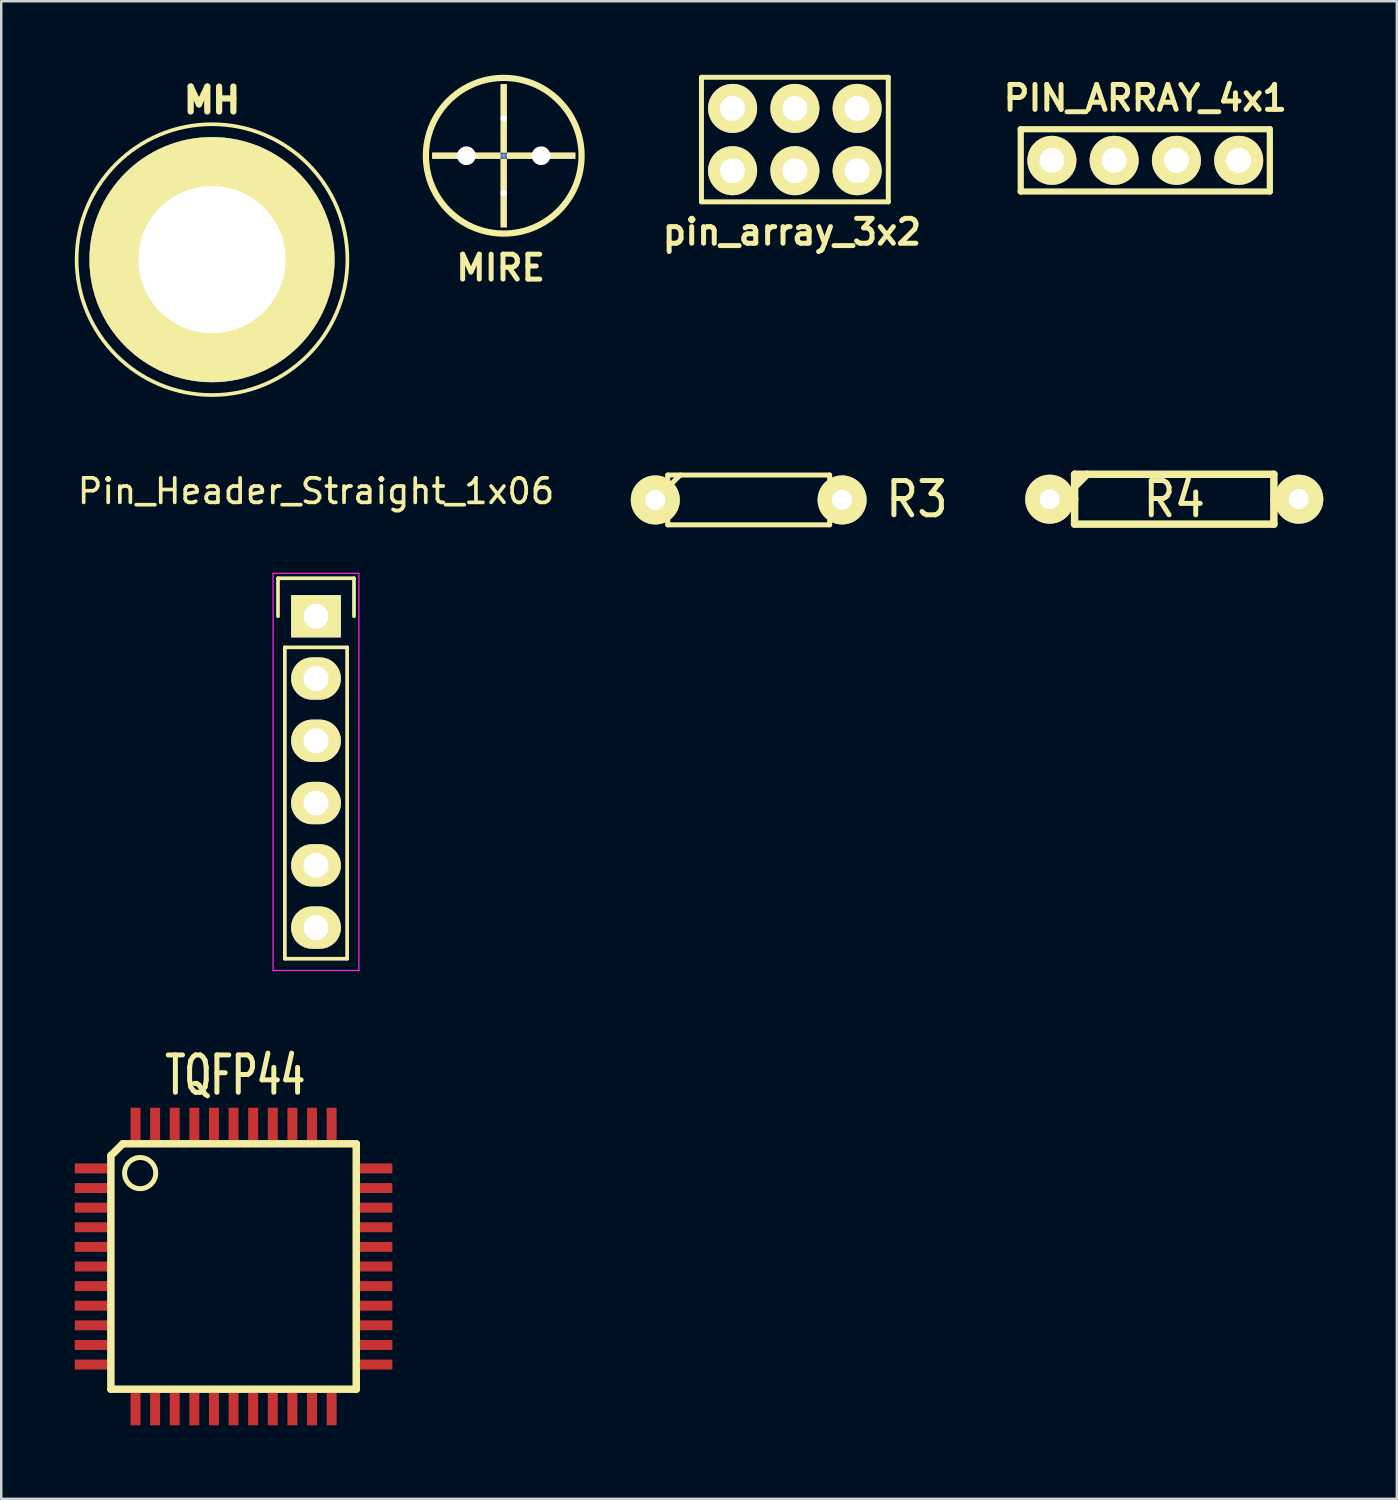
<source format=kicad_pcb>
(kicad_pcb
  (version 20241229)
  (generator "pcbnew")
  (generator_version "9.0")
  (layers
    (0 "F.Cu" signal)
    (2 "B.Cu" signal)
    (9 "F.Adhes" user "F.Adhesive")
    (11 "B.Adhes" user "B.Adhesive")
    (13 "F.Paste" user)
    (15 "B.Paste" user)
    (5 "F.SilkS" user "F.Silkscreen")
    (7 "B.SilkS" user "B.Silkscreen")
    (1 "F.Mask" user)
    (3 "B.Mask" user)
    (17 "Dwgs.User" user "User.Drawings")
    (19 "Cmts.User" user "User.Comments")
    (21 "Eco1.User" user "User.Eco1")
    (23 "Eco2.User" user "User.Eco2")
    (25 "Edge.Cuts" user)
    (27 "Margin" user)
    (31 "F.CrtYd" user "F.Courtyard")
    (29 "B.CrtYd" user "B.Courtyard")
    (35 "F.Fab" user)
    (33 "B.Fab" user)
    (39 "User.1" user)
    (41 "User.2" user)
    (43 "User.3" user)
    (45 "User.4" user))
  (footprint "Pin_Header_Straight_1x06"
    (layer "F.Cu")
    (at 9.839 22.086)
    (property "Reference" "Pin_Header_Straight_1x06" (at 0 -5.1 0) (layer "F.SilkS") (effects (font (size 1 1) (thickness 0.15))))
    (attr through_hole)
    (fp_line (start -1.55 -1.55) (end 1.55 -1.55) (stroke (width 0.15) (type solid)) (layer "F.SilkS"))
    (fp_line (start -1.55 0) (end -1.55 -1.55) (stroke (width 0.15) (type solid)) (layer "F.SilkS"))
    (fp_line (start -1.27 13.97) (end -1.27 1.27) (stroke (width 0.15) (type solid)) (layer "F.SilkS"))
    (fp_line (start 1.27 1.27) (end -1.27 1.27) (stroke (width 0.15) (type solid)) (layer "F.SilkS"))
    (fp_line (start 1.27 1.27) (end 1.27 13.97) (stroke (width 0.15) (type solid)) (layer "F.SilkS"))
    (fp_line (start 1.27 13.97) (end -1.27 13.97) (stroke (width 0.15) (type solid)) (layer "F.SilkS"))
    (fp_line (start 1.55 -1.55) (end 1.55 0) (stroke (width 0.15) (type solid)) (layer "F.SilkS"))
    (fp_line (start -1.75 -1.75) (end -1.75 14.45) (stroke (width 0.05) (type solid)) (layer "F.CrtYd"))
    (fp_line (start -1.75 -1.75) (end 1.75 -1.75) (stroke (width 0.05) (type solid)) (layer "F.CrtYd"))
    (fp_line (start -1.75 14.45) (end 1.75 14.45) (stroke (width 0.05) (type solid)) (layer "F.CrtYd"))
    (fp_line (start 1.75 -1.75) (end 1.75 14.45) (stroke (width 0.05) (type solid)) (layer "F.CrtYd"))
    (pad "1" thru_hole rect (at 0 0) (size 2.032 1.727) (drill 1.016) (layers "*.Cu" "*.Mask" "F.SilkS"))
    (pad "2" thru_hole oval (at 0 2.54) (size 2.032 1.727) (drill 1.016) (layers "*.Cu" "*.Mask" "F.SilkS"))
    (pad "3" thru_hole oval (at 0 5.08) (size 2.032 1.727) (drill 1.016) (layers "*.Cu" "*.Mask" "F.SilkS"))
    (pad "4" thru_hole oval (at 0 7.62) (size 2.032 1.727) (drill 1.016) (layers "*.Cu" "*.Mask" "F.SilkS"))
    (pad "5" thru_hole oval (at 0 10.16) (size 2.032 1.727) (drill 1.016) (layers "*.Cu" "*.Mask" "F.SilkS"))
    (pad "6" thru_hole oval (at 0 12.7) (size 2.032 1.727) (drill 1.016) (layers "*.Cu" "*.Mask" "F.SilkS")))
  (footprint "R3"
    (layer "F.Cu")
    (at 27.489 17.342)
    (property "Reference" "R3" (at 6.86 -0.03 0) (layer "F.SilkS") (effects (font (size 1.397 1.27) (thickness 0.203))))
    (attr through_hole)
    (fp_line (start -3.81 0) (end -3.302 0) (stroke (width 0.203) (type solid)) (layer "F.SilkS"))
    (fp_line (start -3.302 -1.016) (end -3.302 1.016) (stroke (width 0.203) (type solid)) (layer "F.SilkS"))
    (fp_line (start -3.302 -0.508) (end -2.794 -1.016) (stroke (width 0.203) (type solid)) (layer "F.SilkS"))
    (fp_line (start -3.302 1.016) (end 3.302 1.016) (stroke (width 0.203) (type solid)) (layer "F.SilkS"))
    (fp_line (start 3.302 -1.016) (end -3.302 -1.016) (stroke (width 0.203) (type solid)) (layer "F.SilkS"))
    (fp_line (start 3.302 0) (end 3.302 -1.016) (stroke (width 0.203) (type solid)) (layer "F.SilkS"))
    (fp_line (start 3.302 1.016) (end 3.302 0) (stroke (width 0.203) (type solid)) (layer "F.SilkS"))
    (fp_line (start 3.81 0) (end 3.302 0) (stroke (width 0.203) (type solid)) (layer "F.SilkS"))
    (pad "1" thru_hole circle (at -3.81 0) (size 2 2) (drill 0.813) (layers "*.Cu" "*.Mask" "F.SilkS"))
    (pad "2" thru_hole circle (at 3.81 0) (size 2 2) (drill 0.813) (layers "*.Cu" "*.Mask" "F.SilkS")))
  (footprint "MH"
    (layer "F.Cu")
    (at 5.598 7.54)
    (property "Reference" "MH" (at 0 -6.5 0) (layer "F.SilkS") (effects (font (size 1.016 1.016) (thickness 0.254))))
    (attr through_hole)
    (fp_circle (center 0 0) (end 5.5 0.5) (stroke (width 0.15) (type solid)) (fill no) (layer "F.SilkS"))
    (pad "1" thru_hole circle (at 0 0) (size 10 10) (drill 6) (layers "*.Cu" "*.Mask" "F.SilkS")))
  (footprint "MIRE"
    (layer "F.Cu")
    (at 17.497 3.302)
    (property "Reference" "MIRE" (at -0.127 4.572 0) (layer "F.SilkS") (effects (font (size 1.016 1.016) (thickness 0.203))))
    (attr through_hole)
    (fp_circle (center 0 0) (end 2.54 1.905) (stroke (width 0.254) (type solid)) (fill no) (layer "F.SilkS"))
    (pad "" thru_hole rect (at -1.524 0) (size 2.794 0.254) (drill 0.762) (layers "*.Cu" "*.Mask" "F.SilkS"))
    (pad "" thru_hole rect (at 0 -1.524) (size 0.254 2.794) (drill 0.762) (layers "*.Cu" "*.Mask" "F.SilkS"))
    (pad "" thru_hole circle (at 0 0) (size 0.254 0.254) (drill 0.051) (layers "*.Cu" "*.Mask"))
    (pad "" thru_hole rect (at 0 1.524) (size 0.254 2.794) (drill 0.762) (layers "*.Cu" "*.Mask" "F.SilkS"))
    (pad "" thru_hole rect (at 1.524 0) (size 2.794 0.254) (drill 0.762) (layers "*.Cu" "*.Mask" "F.SilkS")))
  (footprint "R4"
    (layer "F.Cu")
    (at 44.846 17.312)
    (property "Reference" "R4" (at 0 0 0) (layer "F.SilkS") (effects (font (size 1.397 1.27) (thickness 0.203))))
    (attr through_hole)
    (fp_line (start -5.08 0) (end -4.064 0) (stroke (width 0.305) (type solid)) (layer "F.SilkS"))
    (fp_line (start -4.064 -1.016) (end 4.064 -1.016) (stroke (width 0.305) (type solid)) (layer "F.SilkS"))
    (fp_line (start -4.064 -0.508) (end -3.556 -1.016) (stroke (width 0.305) (type solid)) (layer "F.SilkS"))
    (fp_line (start -4.064 0) (end -4.064 -1.016) (stroke (width 0.305) (type solid)) (layer "F.SilkS"))
    (fp_line (start -4.064 1.016) (end -4.064 0) (stroke (width 0.305) (type solid)) (layer "F.SilkS"))
    (fp_line (start 4.064 -1.016) (end 4.064 1.016) (stroke (width 0.305) (type solid)) (layer "F.SilkS"))
    (fp_line (start 4.064 1.016) (end -4.064 1.016) (stroke (width 0.305) (type solid)) (layer "F.SilkS"))
    (fp_line (start 5.08 0) (end 4.064 0) (stroke (width 0.305) (type solid)) (layer "F.SilkS"))
    (pad "1" thru_hole circle (at -5.08 0) (size 2 2) (drill 0.813) (layers "*.Cu" "*.Mask" "F.SilkS"))
    (pad "2" thru_hole circle (at 5.08 0) (size 2 2) (drill 0.813) (layers "*.Cu" "*.Mask" "F.SilkS")))
  (footprint "pin_array_3x2"
    (layer "F.Cu")
    (at 29.372 2.642)
    (property "Reference" "pin_array_3x2" (at -0.12 3.77 0) (layer "F.SilkS") (effects (font (size 1.016 1.016) (thickness 0.203))))
    (attr through_hole)
    (fp_line (start -3.81 -2.54) (end 3.81 -2.54) (stroke (width 0.203) (type solid)) (layer "F.SilkS"))
    (fp_line (start -3.81 2.54) (end -3.81 -2.54) (stroke (width 0.203) (type solid)) (layer "F.SilkS"))
    (fp_line (start 3.81 -2.54) (end 3.81 2.54) (stroke (width 0.203) (type solid)) (layer "F.SilkS"))
    (fp_line (start 3.81 2.54) (end -3.81 2.54) (stroke (width 0.203) (type solid)) (layer "F.SilkS"))
    (pad "1" thru_hole circle (at -2.54 1.27) (size 2 2) (drill 1.016) (layers "*.Cu" "*.Mask" "F.SilkS"))
    (pad "2" thru_hole circle (at -2.54 -1.27) (size 2 2) (drill 1.016) (layers "*.Cu" "*.Mask" "F.SilkS"))
    (pad "3" thru_hole circle (at 0 1.27) (size 2 2) (drill 1.016) (layers "*.Cu" "*.Mask" "F.SilkS"))
    (pad "4" thru_hole circle (at 0 -1.27) (size 2 2) (drill 1.016) (layers "*.Cu" "*.Mask" "F.SilkS"))
    (pad "5" thru_hole circle (at 2.54 1.27) (size 2 2) (drill 1.016) (layers "*.Cu" "*.Mask" "F.SilkS"))
    (pad "6" thru_hole circle (at 2.54 -1.27) (size 2 2) (drill 1.016) (layers "*.Cu" "*.Mask" "F.SilkS")))
  (footprint "PIN_ARRAY_4x1"
    (layer "F.Cu")
    (at 43.665 3.491)
    (property "Reference" "PIN_ARRAY_4x1" (at 0 -2.54 0) (layer "F.SilkS") (effects (font (size 1.016 1.016) (thickness 0.203))))
    (attr through_hole)
    (fp_line (start -5.08 -1.27) (end -5.08 1.27) (stroke (width 0.254) (type solid)) (layer "F.SilkS"))
    (fp_line (start 5.08 -1.27) (end -5.08 -1.27) (stroke (width 0.254) (type solid)) (layer "F.SilkS"))
    (fp_line (start 5.08 1.27) (end -5.08 1.27) (stroke (width 0.254) (type solid)) (layer "F.SilkS"))
    (fp_line (start 5.08 1.27) (end 5.08 -1.27) (stroke (width 0.254) (type solid)) (layer "F.SilkS"))
    (pad "1" thru_hole circle (at -3.81 0) (size 2 2) (drill 1.016) (layers "*.Cu" "*.Mask" "F.SilkS"))
    (pad "2" thru_hole circle (at -1.27 0) (size 2 2) (drill 1.016) (layers "*.Cu" "*.Mask" "F.SilkS"))
    (pad "3" thru_hole circle (at 1.27 0) (size 2 2) (drill 1.016) (layers "*.Cu" "*.Mask" "F.SilkS"))
    (pad "4" thru_hole circle (at 3.81 0) (size 2 2) (drill 1.016) (layers "*.Cu" "*.Mask" "F.SilkS")))
  (footprint "TQFP44"
    (layer "F.Cu")
    (at 6.477 48.609)
    (property "Reference" "TQFP44" (at 0.07 -7.8 0) (layer "F.SilkS") (effects (font (size 1.524 1.016) (thickness 0.203))))
    (attr smd)
    (fp_line (start -5.004 -4.521) (end -5.004 5.004) (stroke (width 0.305) (type solid)) (layer "F.SilkS"))
    (fp_line (start -5.004 -4.521) (end -4.521 -5.004) (stroke (width 0.305) (type solid)) (layer "F.SilkS"))
    (fp_line (start -4.521 -5.004) (end 5.004 -5.004) (stroke (width 0.305) (type solid)) (layer "F.SilkS"))
    (fp_line (start 5.004 -5.004) (end 5.004 5.004) (stroke (width 0.305) (type solid)) (layer "F.SilkS"))
    (fp_line (start 5.004 5.004) (end -5.004 5.004) (stroke (width 0.305) (type solid)) (layer "F.SilkS"))
    (fp_circle (center -3.81 -3.81) (end -3.81 -3.175) (stroke (width 0.203) (type solid)) (fill no) (layer "F.SilkS"))
    (pad "1" smd rect (at -5.715 -4) (size 1.524 0.406) (layers "F.Cu" "F.Mask" "F.Paste"))
    (pad "2" smd rect (at -5.715 -3.2) (size 1.524 0.406) (layers "F.Cu" "F.Mask" "F.Paste"))
    (pad "3" smd rect (at -5.715 -2.4) (size 1.524 0.406) (layers "F.Cu" "F.Mask" "F.Paste"))
    (pad "4" smd rect (at -5.715 -1.6) (size 1.524 0.406) (layers "F.Cu" "F.Mask" "F.Paste"))
    (pad "5" smd rect (at -5.715 -0.8) (size 1.524 0.406) (layers "F.Cu" "F.Mask" "F.Paste"))
    (pad "6" smd rect (at -5.715 0) (size 1.524 0.406) (layers "F.Cu" "F.Mask" "F.Paste"))
    (pad "7" smd rect (at -5.715 0.8) (size 1.524 0.406) (layers "F.Cu" "F.Mask" "F.Paste"))
    (pad "8" smd rect (at -5.715 1.6) (size 1.524 0.406) (layers "F.Cu" "F.Mask" "F.Paste"))
    (pad "9" smd rect (at -5.715 2.4) (size 1.524 0.406) (layers "F.Cu" "F.Mask" "F.Paste"))
    (pad "10" smd rect (at -5.715 3.2) (size 1.524 0.406) (layers "F.Cu" "F.Mask" "F.Paste"))
    (pad "11" smd rect (at -5.715 4) (size 1.524 0.406) (layers "F.Cu" "F.Mask" "F.Paste"))
    (pad "12" smd rect (at -4 5.715) (size 0.406 1.524) (layers "F.Cu" "F.Mask" "F.Paste"))
    (pad "13" smd rect (at -3.2 5.715) (size 0.406 1.524) (layers "F.Cu" "F.Mask" "F.Paste"))
    (pad "14" smd rect (at -2.4 5.715) (size 0.406 1.524) (layers "F.Cu" "F.Mask" "F.Paste"))
    (pad "15" smd rect (at -1.6 5.715) (size 0.406 1.524) (layers "F.Cu" "F.Mask" "F.Paste"))
    (pad "16" smd rect (at -0.8 5.715) (size 0.406 1.524) (layers "F.Cu" "F.Mask" "F.Paste"))
    (pad "17" smd rect (at 0 5.715) (size 0.406 1.524) (layers "F.Cu" "F.Mask" "F.Paste"))
    (pad "18" smd rect (at 0.8 5.715) (size 0.406 1.524) (layers "F.Cu" "F.Mask" "F.Paste"))
    (pad "19" smd rect (at 1.6 5.715) (size 0.406 1.524) (layers "F.Cu" "F.Mask" "F.Paste"))
    (pad "20" smd rect (at 2.4 5.715) (size 0.406 1.524) (layers "F.Cu" "F.Mask" "F.Paste"))
    (pad "21" smd rect (at 3.2 5.715) (size 0.406 1.524) (layers "F.Cu" "F.Mask" "F.Paste"))
    (pad "22" smd rect (at 4 5.715) (size 0.406 1.524) (layers "F.Cu" "F.Mask" "F.Paste"))
    (pad "23" smd rect (at 5.715 4) (size 1.524 0.406) (layers "F.Cu" "F.Mask" "F.Paste"))
    (pad "24" smd rect (at 5.715 3.2) (size 1.524 0.406) (layers "F.Cu" "F.Mask" "F.Paste"))
    (pad "25" smd rect (at 5.715 2.4) (size 1.524 0.406) (layers "F.Cu" "F.Mask" "F.Paste"))
    (pad "26" smd rect (at 5.715 1.6) (size 1.524 0.406) (layers "F.Cu" "F.Mask" "F.Paste"))
    (pad "27" smd rect (at 5.715 0.8) (size 1.524 0.406) (layers "F.Cu" "F.Mask" "F.Paste"))
    (pad "28" smd rect (at 5.715 0) (size 1.524 0.406) (layers "F.Cu" "F.Mask" "F.Paste"))
    (pad "29" smd rect (at 5.715 -0.8) (size 1.524 0.406) (layers "F.Cu" "F.Mask" "F.Paste"))
    (pad "30" smd rect (at 5.715 -1.6) (size 1.524 0.406) (layers "F.Cu" "F.Mask" "F.Paste"))
    (pad "31" smd rect (at 5.715 -2.4) (size 1.524 0.406) (layers "F.Cu" "F.Mask" "F.Paste"))
    (pad "32" smd rect (at 5.715 -3.2) (size 1.524 0.406) (layers "F.Cu" "F.Mask" "F.Paste"))
    (pad "33" smd rect (at 5.715 -4) (size 1.524 0.406) (layers "F.Cu" "F.Mask" "F.Paste"))
    (pad "34" smd rect (at 4 -5.715) (size 0.406 1.524) (layers "F.Cu" "F.Mask" "F.Paste"))
    (pad "35" smd rect (at 3.2 -5.715) (size 0.406 1.524) (layers "F.Cu" "F.Mask" "F.Paste"))
    (pad "36" smd rect (at 2.4 -5.715) (size 0.406 1.524) (layers "F.Cu" "F.Mask" "F.Paste"))
    (pad "37" smd rect (at 1.6 -5.715) (size 0.406 1.524) (layers "F.Cu" "F.Mask" "F.Paste"))
    (pad "38" smd rect (at 0.8 -5.715) (size 0.406 1.524) (layers "F.Cu" "F.Mask" "F.Paste"))
    (pad "39" smd rect (at 0 -5.715) (size 0.406 1.524) (layers "F.Cu" "F.Mask" "F.Paste"))
    (pad "40" smd rect (at -0.8 -5.715) (size 0.406 1.524) (layers "F.Cu" "F.Mask" "F.Paste"))
    (pad "41" smd rect (at -1.6 -5.715) (size 0.406 1.524) (layers "F.Cu" "F.Mask" "F.Paste"))
    (pad "42" smd rect (at -2.4 -5.715) (size 0.406 1.524) (layers "F.Cu" "F.Mask" "F.Paste"))
    (pad "43" smd rect (at -3.2 -5.715) (size 0.406 1.524) (layers "F.Cu" "F.Mask" "F.Paste"))
    (pad "44" smd rect (at -4 -5.715) (size 0.406 1.524) (layers "F.Cu" "F.Mask" "F.Paste")))
  (gr_rect
    (start -3 -3)
    (end 53.926 58.086)
    (stroke (width 0.1) (type default))
    (fill no)
    (layer "Edge.Cuts")))
</source>
